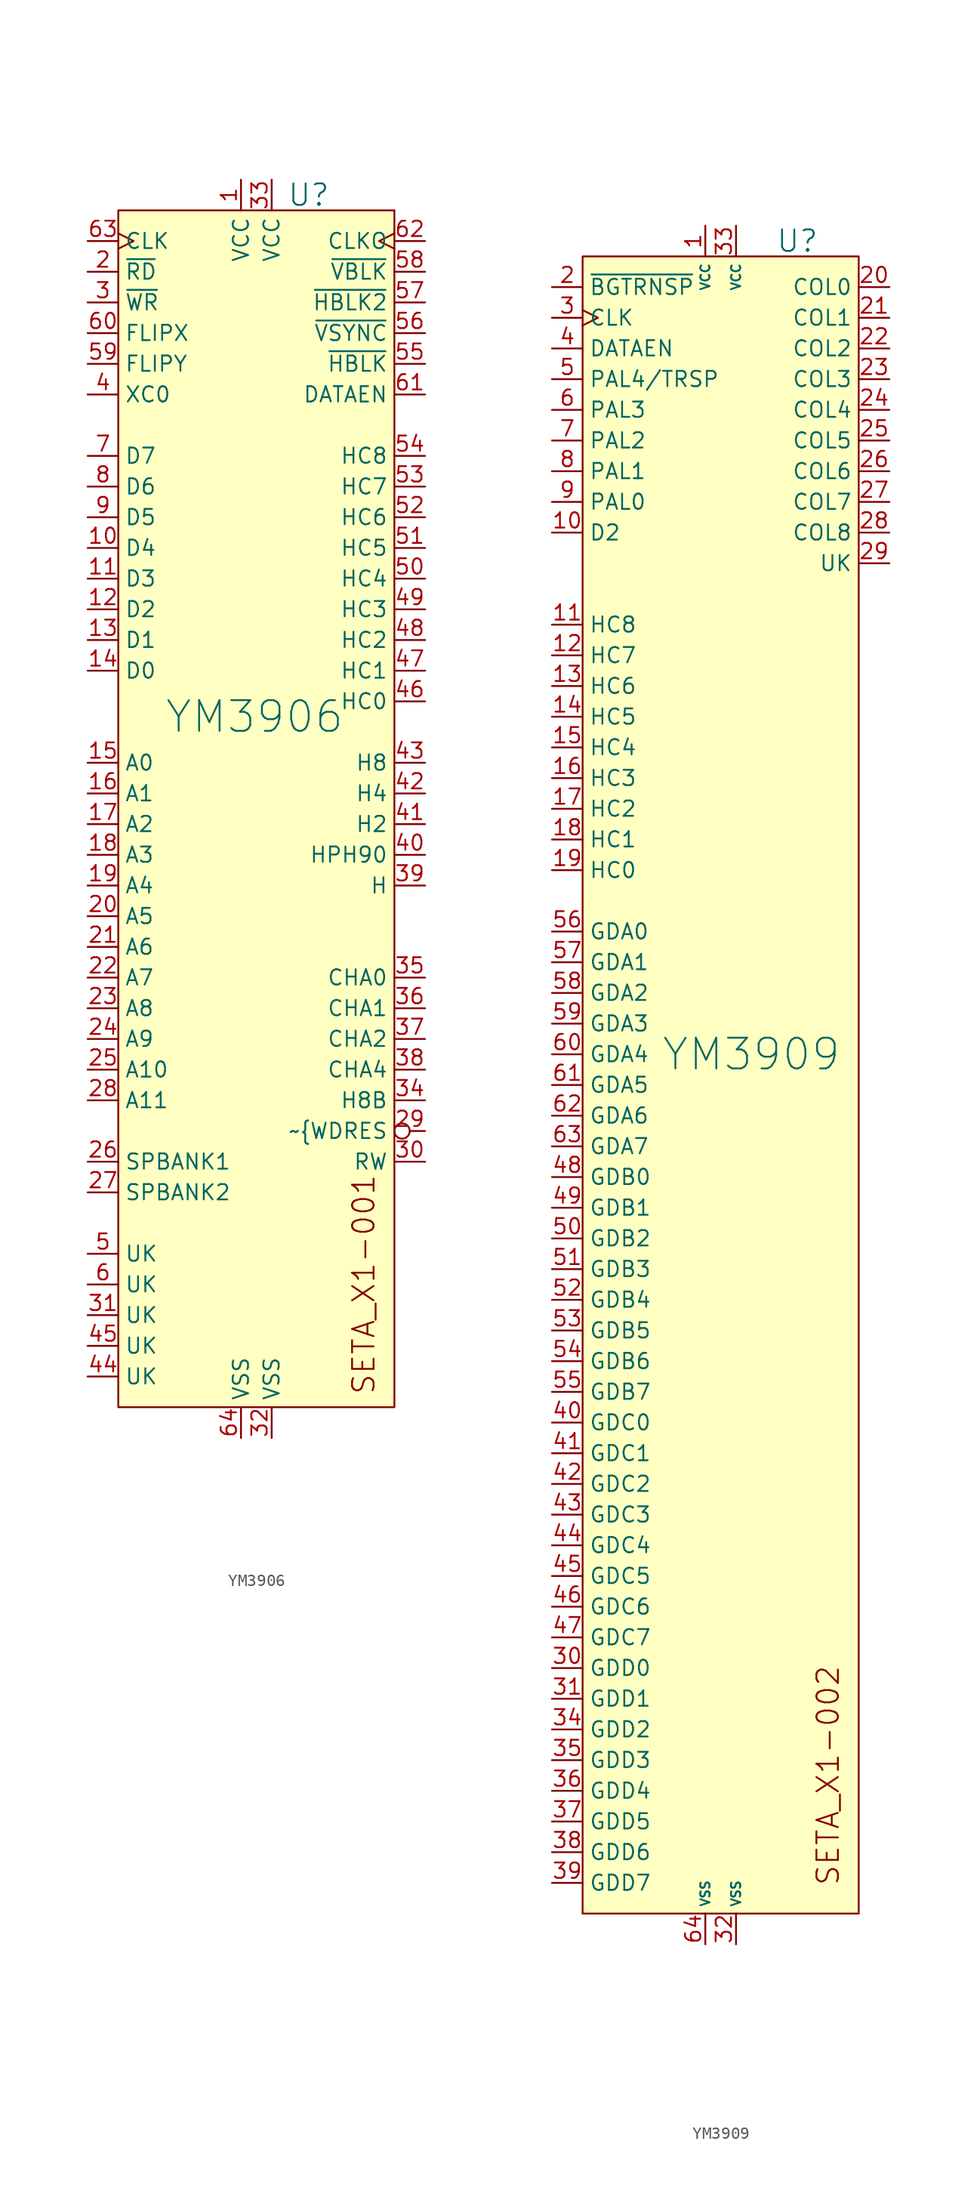
<source format=kicad_sym>
(kicad_symbol_lib
  (version 20211014)
  (generator kicad_symbol_editor)
  (symbol "YM3906"
    (property "Reference" "U"
      (at 2.54 44.45 0)
      (effects (font (size 1.778 1.778)) (justify left)))
    (property "Value" "YM3906"
      (at -7.62 1.27 0)
      (effects (font (size 2.54 2.54)) (justify left)))
    (symbol "YM3906_0_0"
      (text "SETA_X1-001" (at 8.89 -45.72 900) (effects (font (size 1.778 1.778)))))
    (symbol "YM3906_0_1"
      (rectangle (start -11.43 43.18) (end 11.43 -55.88) (stroke (width 0.152) (type default) (color 0 0 0 0)) (fill (type background))))
    (symbol "YM3906_1_1"
      (pin power_in line (at -1.27 45.72 270) (length 2.54) (name "VCC" (effects (font (size 1.27 1.27)))) (number "1" (effects (font (size 1.27 1.27)))))
      (pin bidirectional line (at -13.97 15.24 0) (length 2.54) (name "D4" (effects (font (size 1.27 1.27)))) (number "10" (effects (font (size 1.27 1.27)))))
      (pin bidirectional line (at -13.97 12.7 0) (length 2.54) (name "D3" (effects (font (size 1.27 1.27)))) (number "11" (effects (font (size 1.27 1.27)))))
      (pin bidirectional line (at -13.97 10.16 0) (length 2.54) (name "D2" (effects (font (size 1.27 1.27)))) (number "12" (effects (font (size 1.27 1.27)))))
      (pin bidirectional line (at -13.97 7.62 0) (length 2.54) (name "D1" (effects (font (size 1.27 1.27)))) (number "13" (effects (font (size 1.27 1.27)))))
      (pin bidirectional line (at -13.97 5.08 0) (length 2.54) (name "D0" (effects (font (size 1.27 1.27)))) (number "14" (effects (font (size 1.27 1.27)))))
      (pin bidirectional line (at -13.97 -2.54 0) (length 2.54) (name "A0" (effects (font (size 1.27 1.27)))) (number "15" (effects (font (size 1.27 1.27)))))
      (pin bidirectional line (at -13.97 -5.08 0) (length 2.54) (name "A1" (effects (font (size 1.27 1.27)))) (number "16" (effects (font (size 1.27 1.27)))))
      (pin bidirectional line (at -13.97 -7.62 0) (length 2.54) (name "A2" (effects (font (size 1.27 1.27)))) (number "17" (effects (font (size 1.27 1.27)))))
      (pin bidirectional line (at -13.97 -10.16 0) (length 2.54) (name "A3" (effects (font (size 1.27 1.27)))) (number "18" (effects (font (size 1.27 1.27)))))
      (pin bidirectional line (at -13.97 -12.7 0) (length 2.54) (name "A4" (effects (font (size 1.27 1.27)))) (number "19" (effects (font (size 1.27 1.27)))))
      (pin input line (at -13.97 38.1 0) (length 2.54) (name "~{RD}" (effects (font (size 1.27 1.27)))) (number "2" (effects (font (size 1.27 1.27)))))
      (pin bidirectional line (at -13.97 -15.24 0) (length 2.54) (name "A5" (effects (font (size 1.27 1.27)))) (number "20" (effects (font (size 1.27 1.27)))))
      (pin bidirectional line (at -13.97 -17.78 0) (length 2.54) (name "A6" (effects (font (size 1.27 1.27)))) (number "21" (effects (font (size 1.27 1.27)))))
      (pin bidirectional line (at -13.97 -20.32 0) (length 2.54) (name "A7" (effects (font (size 1.27 1.27)))) (number "22" (effects (font (size 1.27 1.27)))))
      (pin bidirectional line (at -13.97 -22.86 0) (length 2.54) (name "A8" (effects (font (size 1.27 1.27)))) (number "23" (effects (font (size 1.27 1.27)))))
      (pin bidirectional line (at -13.97 -25.4 0) (length 2.54) (name "A9" (effects (font (size 1.27 1.27)))) (number "24" (effects (font (size 1.27 1.27)))))
      (pin bidirectional line (at -13.97 -27.94 0) (length 2.54) (name "A10" (effects (font (size 1.27 1.27)))) (number "25" (effects (font (size 1.27 1.27)))))
      (pin input line (at -13.97 -35.56 0) (length 2.54) (name "SPBANK1" (effects (font (size 1.27 1.27)))) (number "26" (effects (font (size 1.27 1.27)))))
      (pin input line (at -13.97 -38.1 0) (length 2.54) (name "SPBANK2" (effects (font (size 1.27 1.27)))) (number "27" (effects (font (size 1.27 1.27)))))
      (pin bidirectional line (at -13.97 -30.48 0) (length 2.54) (name "A11" (effects (font (size 1.27 1.27)))) (number "28" (effects (font (size 1.27 1.27)))))
      (pin output inverted (at 13.97 -33.02 180) (length 2.54) (name "~{WDRES" (effects (font (size 1.27 1.27)))) (number "29" (effects (font (size 1.27 1.27)))))
      (pin input line (at -13.97 35.56 0) (length 2.54) (name "~{WR}" (effects (font (size 1.27 1.27)))) (number "3" (effects (font (size 1.27 1.27)))))
      (pin output line (at 13.97 -35.56 180) (length 2.54) (name "RW" (effects (font (size 1.27 1.27)))) (number "30" (effects (font (size 1.27 1.27)))))
      (pin input line (at -13.97 -48.26 0) (length 2.54) (name "UK" (effects (font (size 1.27 1.27)))) (number "31" (effects (font (size 1.27 1.27)))))
      (pin power_in line (at 1.27 -58.42 90) (length 2.54) (name "VSS" (effects (font (size 1.27 1.27)))) (number "32" (effects (font (size 1.27 1.27)))))
      (pin power_in line (at 1.27 45.72 270) (length 2.54) (name "VCC" (effects (font (size 1.27 1.27)))) (number "33" (effects (font (size 1.27 1.27)))))
      (pin output line (at 13.97 -30.48 180) (length 2.54) (name "H8B" (effects (font (size 1.27 1.27)))) (number "34" (effects (font (size 1.27 1.27)))))
      (pin output line (at 13.97 -20.32 180) (length 2.54) (name "CHA0" (effects (font (size 1.27 1.27)))) (number "35" (effects (font (size 1.27 1.27)))))
      (pin output line (at 13.97 -22.86 180) (length 2.54) (name "CHA1" (effects (font (size 1.27 1.27)))) (number "36" (effects (font (size 1.27 1.27)))))
      (pin output line (at 13.97 -25.4 180) (length 2.54) (name "CHA2" (effects (font (size 1.27 1.27)))) (number "37" (effects (font (size 1.27 1.27)))))
      (pin output line (at 13.97 -27.94 180) (length 2.54) (name "CHA4" (effects (font (size 1.27 1.27)))) (number "38" (effects (font (size 1.27 1.27)))))
      (pin output line (at 13.97 -12.7 180) (length 2.54) (name "H" (effects (font (size 1.27 1.27)))) (number "39" (effects (font (size 1.27 1.27)))))
      (pin input line (at -13.97 27.94 0) (length 2.54) (name "XC0" (effects (font (size 1.27 1.27)))) (number "4" (effects (font (size 1.27 1.27)))))
      (pin output line (at 13.97 -10.16 180) (length 2.54) (name "HPH90" (effects (font (size 1.27 1.27)))) (number "40" (effects (font (size 1.27 1.27)))))
      (pin output line (at 13.97 -7.62 180) (length 2.54) (name "H2" (effects (font (size 1.27 1.27)))) (number "41" (effects (font (size 1.27 1.27)))))
      (pin output line (at 13.97 -5.08 180) (length 2.54) (name "H4" (effects (font (size 1.27 1.27)))) (number "42" (effects (font (size 1.27 1.27)))))
      (pin output line (at 13.97 -2.54 180) (length 2.54) (name "H8" (effects (font (size 1.27 1.27)))) (number "43" (effects (font (size 1.27 1.27)))))
      (pin input line (at -13.97 -53.34 0) (length 2.54) (name "UK" (effects (font (size 1.27 1.27)))) (number "44" (effects (font (size 1.27 1.27)))))
      (pin input line (at -13.97 -50.8 0) (length 2.54) (name "UK" (effects (font (size 1.27 1.27)))) (number "45" (effects (font (size 1.27 1.27)))))
      (pin output line (at 13.97 2.54 180) (length 2.54) (name "HC0" (effects (font (size 1.27 1.27)))) (number "46" (effects (font (size 1.27 1.27)))))
      (pin output line (at 13.97 5.08 180) (length 2.54) (name "HC1" (effects (font (size 1.27 1.27)))) (number "47" (effects (font (size 1.27 1.27)))))
      (pin output line (at 13.97 7.62 180) (length 2.54) (name "HC2" (effects (font (size 1.27 1.27)))) (number "48" (effects (font (size 1.27 1.27)))))
      (pin output line (at 13.97 10.16 180) (length 2.54) (name "HC3" (effects (font (size 1.27 1.27)))) (number "49" (effects (font (size 1.27 1.27)))))
      (pin input line (at -13.97 -43.18 0) (length 2.54) (name "UK" (effects (font (size 1.27 1.27)))) (number "5" (effects (font (size 1.27 1.27)))))
      (pin output line (at 13.97 12.7 180) (length 2.54) (name "HC4" (effects (font (size 1.27 1.27)))) (number "50" (effects (font (size 1.27 1.27)))))
      (pin output line (at 13.97 15.24 180) (length 2.54) (name "HC5" (effects (font (size 1.27 1.27)))) (number "51" (effects (font (size 1.27 1.27)))))
      (pin output line (at 13.97 17.78 180) (length 2.54) (name "HC6" (effects (font (size 1.27 1.27)))) (number "52" (effects (font (size 1.27 1.27)))))
      (pin output line (at 13.97 20.32 180) (length 2.54) (name "HC7" (effects (font (size 1.27 1.27)))) (number "53" (effects (font (size 1.27 1.27)))))
      (pin output line (at 13.97 22.86 180) (length 2.54) (name "HC8" (effects (font (size 1.27 1.27)))) (number "54" (effects (font (size 1.27 1.27)))))
      (pin output line (at 13.97 30.48 180) (length 2.54) (name "~{HBLK}" (effects (font (size 1.27 1.27)))) (number "55" (effects (font (size 1.27 1.27)))))
      (pin output line (at 13.97 33.02 180) (length 2.54) (name "~{VSYNC}" (effects (font (size 1.27 1.27)))) (number "56" (effects (font (size 1.27 1.27)))))
      (pin output line (at 13.97 35.56 180) (length 2.54) (name "~{HBLK2}" (effects (font (size 1.27 1.27)))) (number "57" (effects (font (size 1.27 1.27)))))
      (pin output line (at 13.97 38.1 180) (length 2.54) (name "~{VBLK}" (effects (font (size 1.27 1.27)))) (number "58" (effects (font (size 1.27 1.27)))))
      (pin input line (at -13.97 30.48 0) (length 2.54) (name "FLIPY" (effects (font (size 1.27 1.27)))) (number "59" (effects (font (size 1.27 1.27)))))
      (pin input line (at -13.97 -45.72 0) (length 2.54) (name "UK" (effects (font (size 1.27 1.27)))) (number "6" (effects (font (size 1.27 1.27)))))
      (pin input line (at -13.97 33.02 0) (length 2.54) (name "FLIPX" (effects (font (size 1.27 1.27)))) (number "60" (effects (font (size 1.27 1.27)))))
      (pin output line (at 13.97 27.94 180) (length 2.54) (name "DATAEN" (effects (font (size 1.27 1.27)))) (number "61" (effects (font (size 1.27 1.27)))))
      (pin output clock (at 13.97 40.64 180) (length 2.54) (name "CLKO" (effects (font (size 1.27 1.27)))) (number "62" (effects (font (size 1.27 1.27)))))
      (pin input clock (at -13.97 40.64 0) (length 2.54) (name "CLK" (effects (font (size 1.27 1.27)))) (number "63" (effects (font (size 1.27 1.27)))))
      (pin power_in line (at -1.27 -58.42 90) (length 2.54) (name "VSS" (effects (font (size 1.27 1.27)))) (number "64" (effects (font (size 1.27 1.27)))))
      (pin bidirectional line (at -13.97 22.86 0) (length 2.54) (name "D7" (effects (font (size 1.27 1.27)))) (number "7" (effects (font (size 1.27 1.27)))))
      (pin bidirectional line (at -13.97 20.32 0) (length 2.54) (name "D6" (effects (font (size 1.27 1.27)))) (number "8" (effects (font (size 1.27 1.27)))))
      (pin bidirectional line (at -13.97 17.78 0) (length 2.54) (name "D5" (effects (font (size 1.27 1.27)))) (number "9" (effects (font (size 1.27 1.27)))))))
  (symbol "YM3909"
    (property "Reference" "U"
      (at 6.35 67.31 0)
      (effects (font (size 1.778 1.778))))
    (property "Value" "YM3909"
      (at 2.54 0 0)
      (effects (font (size 2.54 2.54))))
    (symbol "YM3909_0_0"
      (text "SETA_X1-002" (at 8.89 -59.69 900) (effects (font (size 1.778 1.778)))))
    (symbol "YM3909_0_1"
      (rectangle (start -11.43 66.04) (end 11.43 -71.12) (stroke (width 0.152) (type default) (color 0 0 0 0)) (fill (type background))))
    (symbol "YM3909_1_1"
      (pin power_in line (at -1.27 68.58 270) (length 2.54) (name "VCC" (effects (font (size 0.762 0.762)))) (number "1" (effects (font (size 1.27 1.27)))))
      (pin input line (at -13.97 43.18 0) (length 2.54) (name "D2" (effects (font (size 1.27 1.27)))) (number "10" (effects (font (size 1.27 1.27)))))
      (pin input line (at -13.97 35.56 0) (length 2.54) (name "HC8" (effects (font (size 1.27 1.27)))) (number "11" (effects (font (size 1.27 1.27)))))
      (pin input line (at -13.97 33.02 0) (length 2.54) (name "HC7" (effects (font (size 1.27 1.27)))) (number "12" (effects (font (size 1.27 1.27)))))
      (pin input line (at -13.97 30.48 0) (length 2.54) (name "HC6" (effects (font (size 1.27 1.27)))) (number "13" (effects (font (size 1.27 1.27)))))
      (pin input line (at -13.97 27.94 0) (length 2.54) (name "HC5" (effects (font (size 1.27 1.27)))) (number "14" (effects (font (size 1.27 1.27)))))
      (pin input line (at -13.97 25.4 0) (length 2.54) (name "HC4" (effects (font (size 1.27 1.27)))) (number "15" (effects (font (size 1.27 1.27)))))
      (pin input line (at -13.97 22.86 0) (length 2.54) (name "HC3" (effects (font (size 1.27 1.27)))) (number "16" (effects (font (size 1.27 1.27)))))
      (pin input line (at -13.97 20.32 0) (length 2.54) (name "HC2" (effects (font (size 1.27 1.27)))) (number "17" (effects (font (size 1.27 1.27)))))
      (pin input line (at -13.97 17.78 0) (length 2.54) (name "HC1" (effects (font (size 1.27 1.27)))) (number "18" (effects (font (size 1.27 1.27)))))
      (pin input line (at -13.97 15.24 0) (length 2.54) (name "HC0" (effects (font (size 1.27 1.27)))) (number "19" (effects (font (size 1.27 1.27)))))
      (pin input line (at -13.97 63.5 0) (length 2.54) (name "~{BGTRNSP}" (effects (font (size 1.27 1.27)))) (number "2" (effects (font (size 1.27 1.27)))))
      (pin output line (at 13.97 63.5 180) (length 2.54) (name "COL0" (effects (font (size 1.27 1.27)))) (number "20" (effects (font (size 1.27 1.27)))))
      (pin output line (at 13.97 60.96 180) (length 2.54) (name "COL1" (effects (font (size 1.27 1.27)))) (number "21" (effects (font (size 1.27 1.27)))))
      (pin output line (at 13.97 58.42 180) (length 2.54) (name "COL2" (effects (font (size 1.27 1.27)))) (number "22" (effects (font (size 1.27 1.27)))))
      (pin output line (at 13.97 55.88 180) (length 2.54) (name "COL3" (effects (font (size 1.27 1.27)))) (number "23" (effects (font (size 1.27 1.27)))))
      (pin output line (at 13.97 53.34 180) (length 2.54) (name "COL4" (effects (font (size 1.27 1.27)))) (number "24" (effects (font (size 1.27 1.27)))))
      (pin output line (at 13.97 50.8 180) (length 2.54) (name "COL5" (effects (font (size 1.27 1.27)))) (number "25" (effects (font (size 1.27 1.27)))))
      (pin output line (at 13.97 48.26 180) (length 2.54) (name "COL6" (effects (font (size 1.27 1.27)))) (number "26" (effects (font (size 1.27 1.27)))))
      (pin output line (at 13.97 45.72 180) (length 2.54) (name "COL7" (effects (font (size 1.27 1.27)))) (number "27" (effects (font (size 1.27 1.27)))))
      (pin output line (at 13.97 43.18 180) (length 2.54) (name "COL8" (effects (font (size 1.27 1.27)))) (number "28" (effects (font (size 1.27 1.27)))))
      (pin output line (at 13.97 40.64 180) (length 2.54) (name "UK" (effects (font (size 1.27 1.27)))) (number "29" (effects (font (size 1.27 1.27)))))
      (pin input clock (at -13.97 60.96 0) (length 2.54) (name "CLK" (effects (font (size 1.27 1.27)))) (number "3" (effects (font (size 1.27 1.27)))))
      (pin input line (at -13.97 -50.8 0) (length 2.54) (name "GDD0" (effects (font (size 1.27 1.27)))) (number "30" (effects (font (size 1.27 1.27)))))
      (pin input line (at -13.97 -53.34 0) (length 2.54) (name "GDD1" (effects (font (size 1.27 1.27)))) (number "31" (effects (font (size 1.27 1.27)))))
      (pin power_in line (at 1.27 -73.66 90) (length 2.54) (name "VSS" (effects (font (size 0.762 0.762)))) (number "32" (effects (font (size 1.27 1.27)))))
      (pin power_in line (at 1.27 68.58 270) (length 2.54) (name "VCC" (effects (font (size 0.762 0.762)))) (number "33" (effects (font (size 1.27 1.27)))))
      (pin input line (at -13.97 -55.88 0) (length 2.54) (name "GDD2" (effects (font (size 1.27 1.27)))) (number "34" (effects (font (size 1.27 1.27)))))
      (pin input line (at -13.97 -58.42 0) (length 2.54) (name "GDD3" (effects (font (size 1.27 1.27)))) (number "35" (effects (font (size 1.27 1.27)))))
      (pin input line (at -13.97 -60.96 0) (length 2.54) (name "GDD4" (effects (font (size 1.27 1.27)))) (number "36" (effects (font (size 1.27 1.27)))))
      (pin input line (at -13.97 -63.5 0) (length 2.54) (name "GDD5" (effects (font (size 1.27 1.27)))) (number "37" (effects (font (size 1.27 1.27)))))
      (pin input line (at -13.97 -66.04 0) (length 2.54) (name "GDD6" (effects (font (size 1.27 1.27)))) (number "38" (effects (font (size 1.27 1.27)))))
      (pin input line (at -13.97 -68.58 0) (length 2.54) (name "GDD7" (effects (font (size 1.27 1.27)))) (number "39" (effects (font (size 1.27 1.27)))))
      (pin input line (at -13.97 58.42 0) (length 2.54) (name "DATAEN" (effects (font (size 1.27 1.27)))) (number "4" (effects (font (size 1.27 1.27)))))
      (pin input line (at -13.97 -30.48 0) (length 2.54) (name "GDC0" (effects (font (size 1.27 1.27)))) (number "40" (effects (font (size 1.27 1.27)))))
      (pin input line (at -13.97 -33.02 0) (length 2.54) (name "GDC1" (effects (font (size 1.27 1.27)))) (number "41" (effects (font (size 1.27 1.27)))))
      (pin input line (at -13.97 -35.56 0) (length 2.54) (name "GDC2" (effects (font (size 1.27 1.27)))) (number "42" (effects (font (size 1.27 1.27)))))
      (pin input line (at -13.97 -38.1 0) (length 2.54) (name "GDC3" (effects (font (size 1.27 1.27)))) (number "43" (effects (font (size 1.27 1.27)))))
      (pin input line (at -13.97 -40.64 0) (length 2.54) (name "GDC4" (effects (font (size 1.27 1.27)))) (number "44" (effects (font (size 1.27 1.27)))))
      (pin input line (at -13.97 -43.18 0) (length 2.54) (name "GDC5" (effects (font (size 1.27 1.27)))) (number "45" (effects (font (size 1.27 1.27)))))
      (pin input line (at -13.97 -45.72 0) (length 2.54) (name "GDC6" (effects (font (size 1.27 1.27)))) (number "46" (effects (font (size 1.27 1.27)))))
      (pin input line (at -13.97 -48.26 0) (length 2.54) (name "GDC7" (effects (font (size 1.27 1.27)))) (number "47" (effects (font (size 1.27 1.27)))))
      (pin input line (at -13.97 -10.16 0) (length 2.54) (name "GDB0" (effects (font (size 1.27 1.27)))) (number "48" (effects (font (size 1.27 1.27)))))
      (pin input line (at -13.97 -12.7 0) (length 2.54) (name "GDB1" (effects (font (size 1.27 1.27)))) (number "49" (effects (font (size 1.27 1.27)))))
      (pin input line (at -13.97 55.88 0) (length 2.54) (name "PAL4/TRSP" (effects (font (size 1.27 1.27)))) (number "5" (effects (font (size 1.27 1.27)))))
      (pin input line (at -13.97 -15.24 0) (length 2.54) (name "GDB2" (effects (font (size 1.27 1.27)))) (number "50" (effects (font (size 1.27 1.27)))))
      (pin input line (at -13.97 -17.78 0) (length 2.54) (name "GDB3" (effects (font (size 1.27 1.27)))) (number "51" (effects (font (size 1.27 1.27)))))
      (pin input line (at -13.97 -20.32 0) (length 2.54) (name "GDB4" (effects (font (size 1.27 1.27)))) (number "52" (effects (font (size 1.27 1.27)))))
      (pin input line (at -13.97 -22.86 0) (length 2.54) (name "GDB5" (effects (font (size 1.27 1.27)))) (number "53" (effects (font (size 1.27 1.27)))))
      (pin input line (at -13.97 -25.4 0) (length 2.54) (name "GDB6" (effects (font (size 1.27 1.27)))) (number "54" (effects (font (size 1.27 1.27)))))
      (pin input line (at -13.97 -27.94 0) (length 2.54) (name "GDB7" (effects (font (size 1.27 1.27)))) (number "55" (effects (font (size 1.27 1.27)))))
      (pin input line (at -13.97 10.16 0) (length 2.54) (name "GDA0" (effects (font (size 1.27 1.27)))) (number "56" (effects (font (size 1.27 1.27)))))
      (pin input line (at -13.97 7.62 0) (length 2.54) (name "GDA1" (effects (font (size 1.27 1.27)))) (number "57" (effects (font (size 1.27 1.27)))))
      (pin input line (at -13.97 5.08 0) (length 2.54) (name "GDA2" (effects (font (size 1.27 1.27)))) (number "58" (effects (font (size 1.27 1.27)))))
      (pin input line (at -13.97 2.54 0) (length 2.54) (name "GDA3" (effects (font (size 1.27 1.27)))) (number "59" (effects (font (size 1.27 1.27)))))
      (pin input line (at -13.97 53.34 0) (length 2.54) (name "PAL3" (effects (font (size 1.27 1.27)))) (number "6" (effects (font (size 1.27 1.27)))))
      (pin input line (at -13.97 0 0) (length 2.54) (name "GDA4" (effects (font (size 1.27 1.27)))) (number "60" (effects (font (size 1.27 1.27)))))
      (pin input line (at -13.97 -2.54 0) (length 2.54) (name "GDA5" (effects (font (size 1.27 1.27)))) (number "61" (effects (font (size 1.27 1.27)))))
      (pin input line (at -13.97 -5.08 0) (length 2.54) (name "GDA6" (effects (font (size 1.27 1.27)))) (number "62" (effects (font (size 1.27 1.27)))))
      (pin input line (at -13.97 -7.62 0) (length 2.54) (name "GDA7" (effects (font (size 1.27 1.27)))) (number "63" (effects (font (size 1.27 1.27)))))
      (pin power_in line (at -1.27 -73.66 90) (length 2.54) (name "VSS" (effects (font (size 0.762 0.762)))) (number "64" (effects (font (size 1.27 1.27)))))
      (pin input line (at -13.97 50.8 0) (length 2.54) (name "PAL2" (effects (font (size 1.27 1.27)))) (number "7" (effects (font (size 1.27 1.27)))))
      (pin input line (at -13.97 48.26 0) (length 2.54) (name "PAL1" (effects (font (size 1.27 1.27)))) (number "8" (effects (font (size 1.27 1.27)))))
      (pin input line (at -13.97 45.72 0) (length 2.54) (name "PAL0" (effects (font (size 1.27 1.27)))) (number "9" (effects (font (size 1.27 1.27))))))))
</source>
